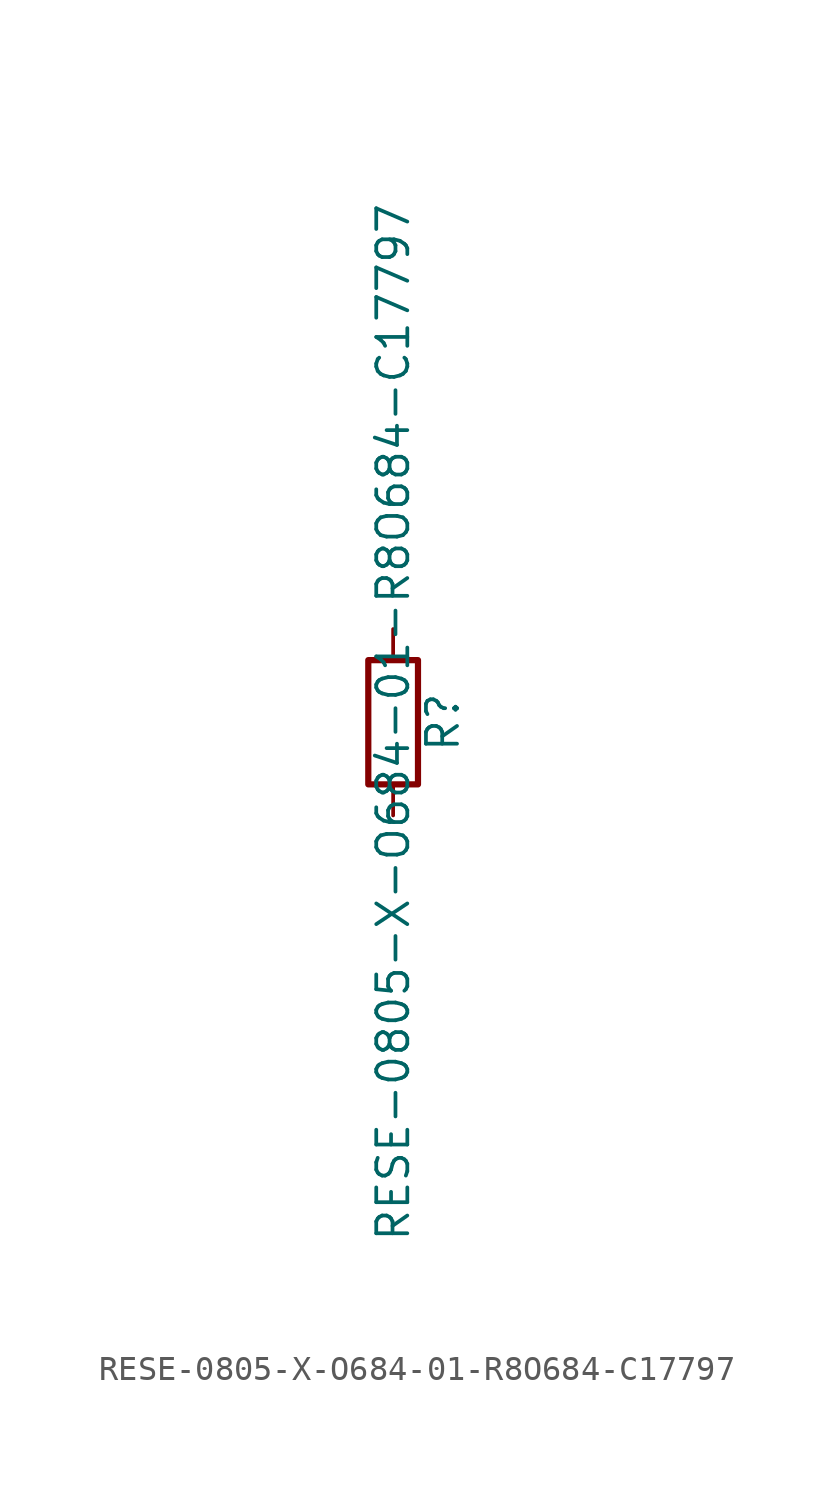
<source format=kicad_sym>
(kicad_symbol_lib
  (version 20211014)
  (generator kicad_symbol_editor)
  (symbol "RESE-0805-X-O684-01-R8O684-C17797"
    (pin_numbers hide)
    (pin_names
      (offset 0))
    (property "Reference" "R"
      (at 2.032 0 90)
      (effects (font (size 1.27 1.27))))
    (property "Value" "RESE-0805-X-O684-01-R8O684-C17797"
      (at 0 0 90)
      (effects (font (size 1.27 1.27))))
    (symbol "RESE-0805-X-O684-01-R8O684-C17797_0_1"
      (rectangle (start -1.016 -2.54) (end 1.016 2.54) (stroke (width 0.254) (type default) (color 0 0 0 0)) (fill (type none))))
    (symbol "RESE-0805-X-O684-01-R8O684-C17797_1_1"
      (pin passive line (at 0 3.81 270) (length 1.27) (name "~" (effects (font (size 1.27 1.27)))) (number "1" (effects (font (size 1.27 1.27)))))
      (pin passive line (at 0 -3.81 90) (length 1.27) (name "~" (effects (font (size 1.27 1.27)))) (number "2" (effects (font (size 1.27 1.27))))))))
</source>
